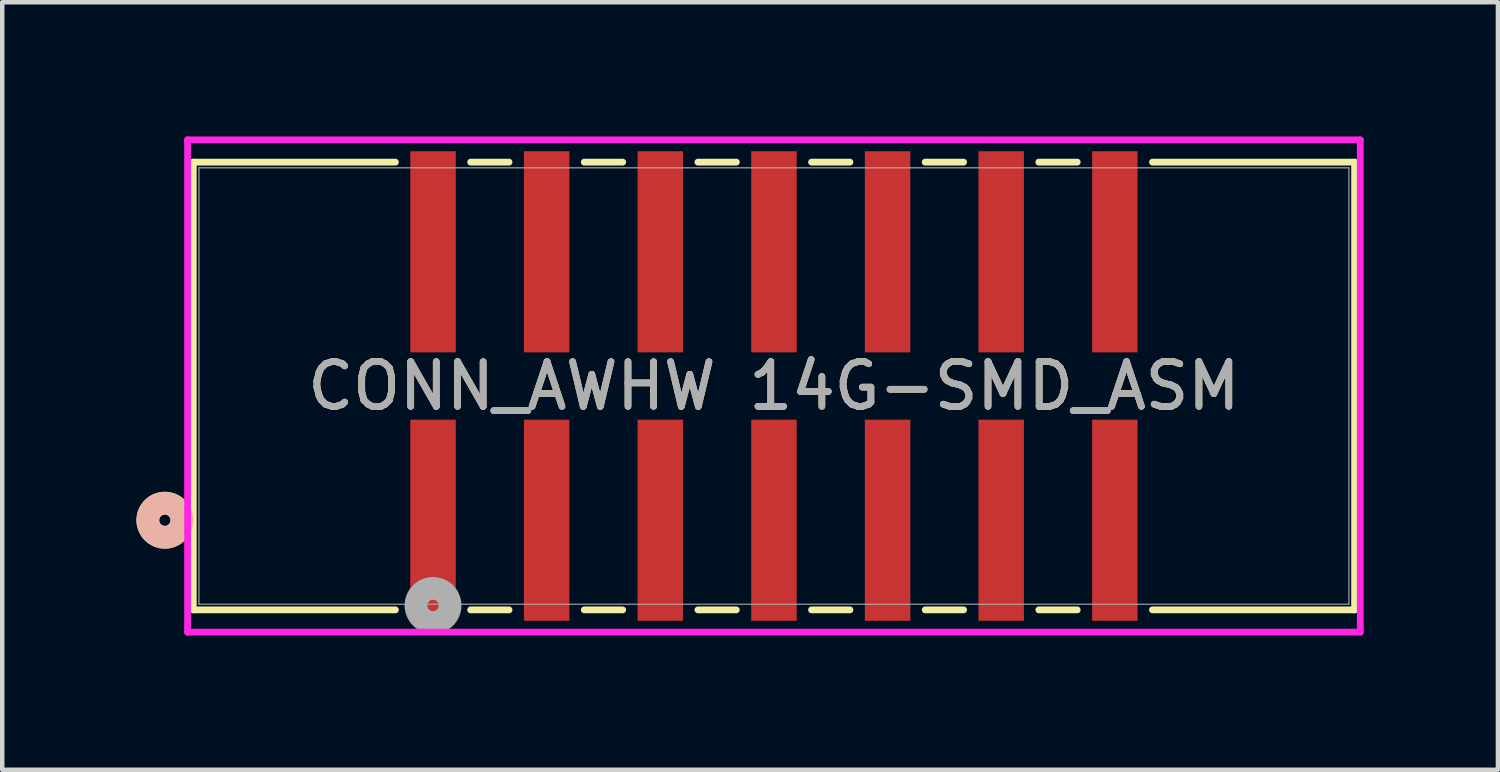
<source format=kicad_pcb>
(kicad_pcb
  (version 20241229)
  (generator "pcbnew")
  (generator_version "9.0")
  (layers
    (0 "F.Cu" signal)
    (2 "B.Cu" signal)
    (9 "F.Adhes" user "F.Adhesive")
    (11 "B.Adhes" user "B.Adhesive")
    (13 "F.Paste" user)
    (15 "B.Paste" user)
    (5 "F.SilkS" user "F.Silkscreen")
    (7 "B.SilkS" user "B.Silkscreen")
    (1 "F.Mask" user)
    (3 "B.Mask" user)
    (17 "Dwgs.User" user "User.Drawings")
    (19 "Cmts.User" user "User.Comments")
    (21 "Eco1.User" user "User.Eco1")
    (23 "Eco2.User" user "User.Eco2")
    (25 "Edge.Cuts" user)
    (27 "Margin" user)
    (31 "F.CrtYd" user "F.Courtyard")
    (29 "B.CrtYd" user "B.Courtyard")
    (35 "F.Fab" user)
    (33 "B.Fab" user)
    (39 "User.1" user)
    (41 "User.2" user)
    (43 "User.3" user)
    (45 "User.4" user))
  (footprint "CONN_AWHW 14G-SMD_ASM"
    (layer "F.Cu")
    (at 14.249 5.578)
    (property "Reference" "CONN_AWHW 14G-SMD_ASM" (at 0 0 0) (unlocked yes) (layer "F.SilkS") (effects (font (size 1 1) (thickness 0.15))))
    (attr smd)
    (fp_line (start -12.979 -5.004) (end -12.979 5.004) (stroke (width 0.152) (type solid)) (layer "F.SilkS"))
    (fp_line (start -12.979 5.004) (end -8.461 5.004) (stroke (width 0.152) (type solid)) (layer "F.SilkS"))
    (fp_line (start -8.461 -5.004) (end -12.979 -5.004) (stroke (width 0.152) (type solid)) (layer "F.SilkS"))
    (fp_line (start -6.779 5.004) (end -5.921 5.004) (stroke (width 0.152) (type solid)) (layer "F.SilkS"))
    (fp_line (start -5.921 -5.004) (end -6.779 -5.004) (stroke (width 0.152) (type solid)) (layer "F.SilkS"))
    (fp_line (start -4.239 5.004) (end -3.381 5.004) (stroke (width 0.152) (type solid)) (layer "F.SilkS"))
    (fp_line (start -3.381 -5.004) (end -4.239 -5.004) (stroke (width 0.152) (type solid)) (layer "F.SilkS"))
    (fp_line (start -1.699 5.004) (end -0.841 5.004) (stroke (width 0.152) (type solid)) (layer "F.SilkS"))
    (fp_line (start -0.841 -5.004) (end -1.699 -5.004) (stroke (width 0.152) (type solid)) (layer "F.SilkS"))
    (fp_line (start 0.841 5.004) (end 1.699 5.004) (stroke (width 0.152) (type solid)) (layer "F.SilkS"))
    (fp_line (start 1.699 -5.004) (end 0.841 -5.004) (stroke (width 0.152) (type solid)) (layer "F.SilkS"))
    (fp_line (start 3.381 5.004) (end 4.239 5.004) (stroke (width 0.152) (type solid)) (layer "F.SilkS"))
    (fp_line (start 4.239 -5.004) (end 3.381 -5.004) (stroke (width 0.152) (type solid)) (layer "F.SilkS"))
    (fp_line (start 5.921 5.004) (end 6.779 5.004) (stroke (width 0.152) (type solid)) (layer "F.SilkS"))
    (fp_line (start 6.779 -5.004) (end 5.921 -5.004) (stroke (width 0.152) (type solid)) (layer "F.SilkS"))
    (fp_line (start 8.461 5.004) (end 12.979 5.004) (stroke (width 0.152) (type solid)) (layer "F.SilkS"))
    (fp_line (start 12.979 -5.004) (end 8.461 -5.004) (stroke (width 0.152) (type solid)) (layer "F.SilkS"))
    (fp_line (start 12.979 5.004) (end 12.979 -5.004) (stroke (width 0.152) (type solid)) (layer "F.SilkS"))
    (fp_circle (center -13.614 3) (end -13.233 3) (stroke (width 0.508) (type solid)) (fill no) (layer "F.SilkS"))
    (fp_circle (center -13.614 3) (end -13.233 3) (stroke (width 0.508) (type solid)) (fill no) (layer "B.SilkS"))
    (fp_line (start -13.106 -5.502) (end -13.106 5.502) (stroke (width 0.152) (type solid)) (layer "F.CrtYd"))
    (fp_line (start -13.106 5.502) (end 13.106 5.502) (stroke (width 0.152) (type solid)) (layer "F.CrtYd"))
    (fp_line (start 13.106 -5.502) (end -13.106 -5.502) (stroke (width 0.152) (type solid)) (layer "F.CrtYd"))
    (fp_line (start 13.106 5.502) (end 13.106 -5.502) (stroke (width 0.152) (type solid)) (layer "F.CrtYd"))
    (fp_line (start -12.852 -4.877) (end -12.852 4.877) (stroke (width 0.025) (type solid)) (layer "F.Fab"))
    (fp_line (start -12.852 4.877) (end 12.852 4.877) (stroke (width 0.025) (type solid)) (layer "F.Fab"))
    (fp_line (start 12.852 -4.877) (end -12.852 -4.877) (stroke (width 0.025) (type solid)) (layer "F.Fab"))
    (fp_line (start 12.852 4.877) (end 12.852 -4.877) (stroke (width 0.025) (type solid)) (layer "F.Fab"))
    (fp_circle (center -7.62 4.905) (end -7.239 4.905) (stroke (width 0.508) (type solid)) (fill no) (layer "F.Fab"))
    (fp_text user "${REFERENCE}" (at 0 0 0) (unlocked yes) (layer "F.Fab") (effects (font (size 1 1) (thickness 0.15))))
    (pad "1" smd rect (at -7.62 3) (size 1.016 4.496) (layers "F.Cu" "F.Mask" "F.Paste"))
    (pad "2" smd rect (at -7.62 -3) (size 1.016 4.496) (layers "F.Cu" "F.Mask" "F.Paste"))
    (pad "3" smd rect (at -5.08 3) (size 1.016 4.496) (layers "F.Cu" "F.Mask" "F.Paste"))
    (pad "4" smd rect (at -5.08 -3) (size 1.016 4.496) (layers "F.Cu" "F.Mask" "F.Paste"))
    (pad "5" smd rect (at -2.54 3) (size 1.016 4.496) (layers "F.Cu" "F.Mask" "F.Paste"))
    (pad "6" smd rect (at -2.54 -3) (size 1.016 4.496) (layers "F.Cu" "F.Mask" "F.Paste"))
    (pad "7" smd rect (at 0 3) (size 1.016 4.496) (layers "F.Cu" "F.Mask" "F.Paste"))
    (pad "8" smd rect (at 0 -3) (size 1.016 4.496) (layers "F.Cu" "F.Mask" "F.Paste"))
    (pad "9" smd rect (at 2.54 3) (size 1.016 4.496) (layers "F.Cu" "F.Mask" "F.Paste"))
    (pad "10" smd rect (at 2.54 -3) (size 1.016 4.496) (layers "F.Cu" "F.Mask" "F.Paste"))
    (pad "11" smd rect (at 5.08 3) (size 1.016 4.496) (layers "F.Cu" "F.Mask" "F.Paste"))
    (pad "12" smd rect (at 5.08 -3) (size 1.016 4.496) (layers "F.Cu" "F.Mask" "F.Paste"))
    (pad "13" smd rect (at 7.62 3) (size 1.016 4.496) (layers "F.Cu" "F.Mask" "F.Paste"))
    (pad "14" smd rect (at 7.62 -3) (size 1.016 4.496) (layers "F.Cu" "F.Mask" "F.Paste")))
  (gr_rect
    (start -3 -3)
    (end 30.432 14.156)
    (stroke (width 0.1) (type default))
    (fill no)
    (layer "Edge.Cuts")))
</source>
